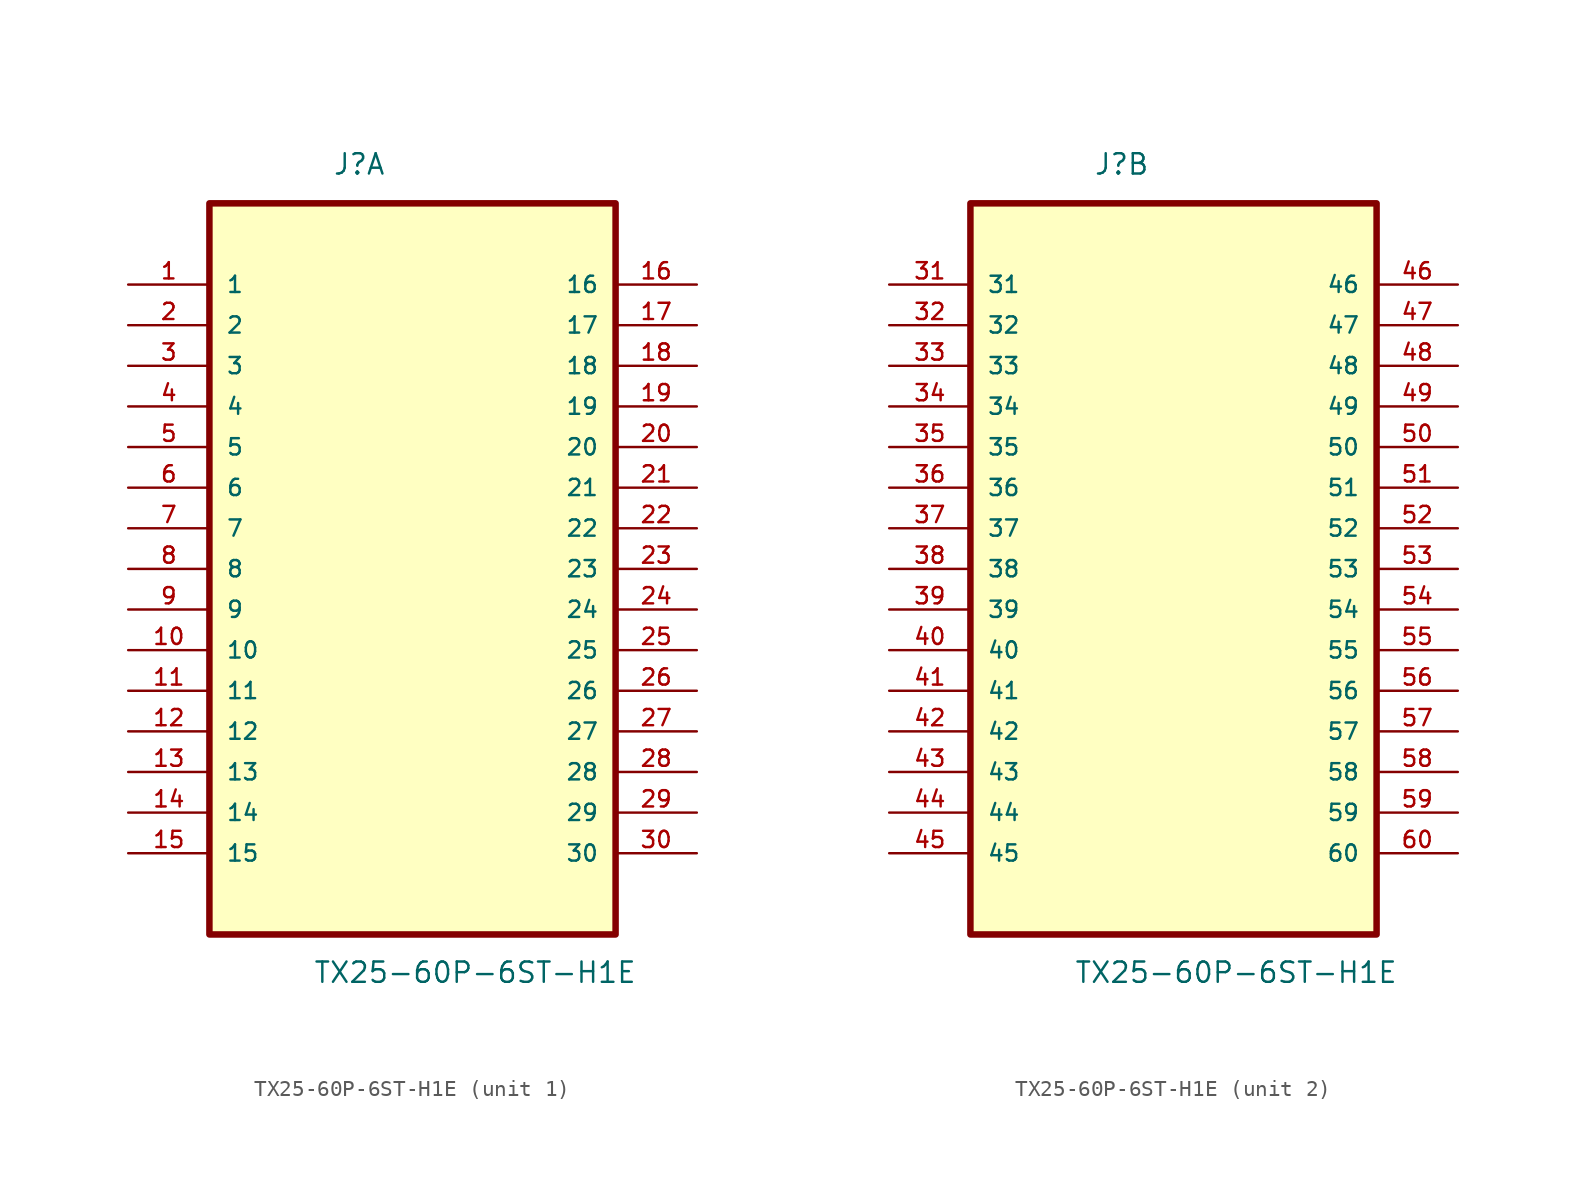
<source format=kicad_sym>
(kicad_symbol_lib
  (version 20231120)
  (generator "kicad_symbol_editor")
  (generator_version "8.0")
  (symbol "TX25-60P-6ST-H1E"
    (pin_names
      (offset 1.016))
    (property "Reference" "J"
      (at -5.004 22.022 0)
      (effects (font (size 1.27 1.27)) (justify left bottom)))
    (property "Value" "TX25-60P-6ST-H1E"
      (at -6.223 -28.524 0)
      (effects (font (size 1.27 1.27)) (justify left bottom)))
    (symbol "TX25-60P-6ST-H1E_1_0"
      (rectangle (start -12.7 -25.4) (end 12.7 20.32) (stroke (width 0.406) (type default)) (fill (type background)))
      (pin passive line (at -17.78 15.24 0) (length 5.08) (name "1" (effects (font (size 1.016 1.016)))) (number "1" (effects (font (size 1.016 1.016)))))
      (pin passive line (at -17.78 -7.62 0) (length 5.08) (name "10" (effects (font (size 1.016 1.016)))) (number "10" (effects (font (size 1.016 1.016)))))
      (pin passive line (at -17.78 -10.16 0) (length 5.08) (name "11" (effects (font (size 1.016 1.016)))) (number "11" (effects (font (size 1.016 1.016)))))
      (pin passive line (at -17.78 -12.7 0) (length 5.08) (name "12" (effects (font (size 1.016 1.016)))) (number "12" (effects (font (size 1.016 1.016)))))
      (pin passive line (at -17.78 -15.24 0) (length 5.08) (name "13" (effects (font (size 1.016 1.016)))) (number "13" (effects (font (size 1.016 1.016)))))
      (pin passive line (at -17.78 -17.78 0) (length 5.08) (name "14" (effects (font (size 1.016 1.016)))) (number "14" (effects (font (size 1.016 1.016)))))
      (pin passive line (at -17.78 -20.32 0) (length 5.08) (name "15" (effects (font (size 1.016 1.016)))) (number "15" (effects (font (size 1.016 1.016)))))
      (pin passive line (at 17.78 15.24 180) (length 5.08) (name "16" (effects (font (size 1.016 1.016)))) (number "16" (effects (font (size 1.016 1.016)))))
      (pin passive line (at 17.78 12.7 180) (length 5.08) (name "17" (effects (font (size 1.016 1.016)))) (number "17" (effects (font (size 1.016 1.016)))))
      (pin passive line (at 17.78 10.16 180) (length 5.08) (name "18" (effects (font (size 1.016 1.016)))) (number "18" (effects (font (size 1.016 1.016)))))
      (pin passive line (at 17.78 7.62 180) (length 5.08) (name "19" (effects (font (size 1.016 1.016)))) (number "19" (effects (font (size 1.016 1.016)))))
      (pin passive line (at -17.78 12.7 0) (length 5.08) (name "2" (effects (font (size 1.016 1.016)))) (number "2" (effects (font (size 1.016 1.016)))))
      (pin passive line (at 17.78 5.08 180) (length 5.08) (name "20" (effects (font (size 1.016 1.016)))) (number "20" (effects (font (size 1.016 1.016)))))
      (pin passive line (at 17.78 2.54 180) (length 5.08) (name "21" (effects (font (size 1.016 1.016)))) (number "21" (effects (font (size 1.016 1.016)))))
      (pin passive line (at 17.78 0 180) (length 5.08) (name "22" (effects (font (size 1.016 1.016)))) (number "22" (effects (font (size 1.016 1.016)))))
      (pin passive line (at 17.78 -2.54 180) (length 5.08) (name "23" (effects (font (size 1.016 1.016)))) (number "23" (effects (font (size 1.016 1.016)))))
      (pin passive line (at 17.78 -5.08 180) (length 5.08) (name "24" (effects (font (size 1.016 1.016)))) (number "24" (effects (font (size 1.016 1.016)))))
      (pin passive line (at 17.78 -7.62 180) (length 5.08) (name "25" (effects (font (size 1.016 1.016)))) (number "25" (effects (font (size 1.016 1.016)))))
      (pin passive line (at 17.78 -10.16 180) (length 5.08) (name "26" (effects (font (size 1.016 1.016)))) (number "26" (effects (font (size 1.016 1.016)))))
      (pin passive line (at 17.78 -12.7 180) (length 5.08) (name "27" (effects (font (size 1.016 1.016)))) (number "27" (effects (font (size 1.016 1.016)))))
      (pin passive line (at 17.78 -15.24 180) (length 5.08) (name "28" (effects (font (size 1.016 1.016)))) (number "28" (effects (font (size 1.016 1.016)))))
      (pin passive line (at 17.78 -17.78 180) (length 5.08) (name "29" (effects (font (size 1.016 1.016)))) (number "29" (effects (font (size 1.016 1.016)))))
      (pin passive line (at -17.78 10.16 0) (length 5.08) (name "3" (effects (font (size 1.016 1.016)))) (number "3" (effects (font (size 1.016 1.016)))))
      (pin passive line (at 17.78 -20.32 180) (length 5.08) (name "30" (effects (font (size 1.016 1.016)))) (number "30" (effects (font (size 1.016 1.016)))))
      (pin passive line (at -17.78 7.62 0) (length 5.08) (name "4" (effects (font (size 1.016 1.016)))) (number "4" (effects (font (size 1.016 1.016)))))
      (pin passive line (at -17.78 5.08 0) (length 5.08) (name "5" (effects (font (size 1.016 1.016)))) (number "5" (effects (font (size 1.016 1.016)))))
      (pin passive line (at -17.78 2.54 0) (length 5.08) (name "6" (effects (font (size 1.016 1.016)))) (number "6" (effects (font (size 1.016 1.016)))))
      (pin passive line (at -17.78 0 0) (length 5.08) (name "7" (effects (font (size 1.016 1.016)))) (number "7" (effects (font (size 1.016 1.016)))))
      (pin passive line (at -17.78 -2.54 0) (length 5.08) (name "8" (effects (font (size 1.016 1.016)))) (number "8" (effects (font (size 1.016 1.016)))))
      (pin passive line (at -17.78 -5.08 0) (length 5.08) (name "9" (effects (font (size 1.016 1.016)))) (number "9" (effects (font (size 1.016 1.016))))))
    (symbol "TX25-60P-6ST-H1E_2_0"
      (rectangle (start -12.7 -25.4) (end 12.7 20.32) (stroke (width 0.406) (type default)) (fill (type background)))
      (pin passive line (at -17.78 15.24 0) (length 5.08) (name "31" (effects (font (size 1.016 1.016)))) (number "31" (effects (font (size 1.016 1.016)))))
      (pin passive line (at -17.78 12.7 0) (length 5.08) (name "32" (effects (font (size 1.016 1.016)))) (number "32" (effects (font (size 1.016 1.016)))))
      (pin passive line (at -17.78 10.16 0) (length 5.08) (name "33" (effects (font (size 1.016 1.016)))) (number "33" (effects (font (size 1.016 1.016)))))
      (pin passive line (at -17.78 7.62 0) (length 5.08) (name "34" (effects (font (size 1.016 1.016)))) (number "34" (effects (font (size 1.016 1.016)))))
      (pin passive line (at -17.78 5.08 0) (length 5.08) (name "35" (effects (font (size 1.016 1.016)))) (number "35" (effects (font (size 1.016 1.016)))))
      (pin passive line (at -17.78 2.54 0) (length 5.08) (name "36" (effects (font (size 1.016 1.016)))) (number "36" (effects (font (size 1.016 1.016)))))
      (pin passive line (at -17.78 0 0) (length 5.08) (name "37" (effects (font (size 1.016 1.016)))) (number "37" (effects (font (size 1.016 1.016)))))
      (pin passive line (at -17.78 -2.54 0) (length 5.08) (name "38" (effects (font (size 1.016 1.016)))) (number "38" (effects (font (size 1.016 1.016)))))
      (pin passive line (at -17.78 -5.08 0) (length 5.08) (name "39" (effects (font (size 1.016 1.016)))) (number "39" (effects (font (size 1.016 1.016)))))
      (pin passive line (at -17.78 -7.62 0) (length 5.08) (name "40" (effects (font (size 1.016 1.016)))) (number "40" (effects (font (size 1.016 1.016)))))
      (pin passive line (at -17.78 -10.16 0) (length 5.08) (name "41" (effects (font (size 1.016 1.016)))) (number "41" (effects (font (size 1.016 1.016)))))
      (pin passive line (at -17.78 -12.7 0) (length 5.08) (name "42" (effects (font (size 1.016 1.016)))) (number "42" (effects (font (size 1.016 1.016)))))
      (pin passive line (at -17.78 -15.24 0) (length 5.08) (name "43" (effects (font (size 1.016 1.016)))) (number "43" (effects (font (size 1.016 1.016)))))
      (pin passive line (at -17.78 -17.78 0) (length 5.08) (name "44" (effects (font (size 1.016 1.016)))) (number "44" (effects (font (size 1.016 1.016)))))
      (pin passive line (at -17.78 -20.32 0) (length 5.08) (name "45" (effects (font (size 1.016 1.016)))) (number "45" (effects (font (size 1.016 1.016)))))
      (pin passive line (at 17.78 15.24 180) (length 5.08) (name "46" (effects (font (size 1.016 1.016)))) (number "46" (effects (font (size 1.016 1.016)))))
      (pin passive line (at 17.78 12.7 180) (length 5.08) (name "47" (effects (font (size 1.016 1.016)))) (number "47" (effects (font (size 1.016 1.016)))))
      (pin passive line (at 17.78 10.16 180) (length 5.08) (name "48" (effects (font (size 1.016 1.016)))) (number "48" (effects (font (size 1.016 1.016)))))
      (pin passive line (at 17.78 7.62 180) (length 5.08) (name "49" (effects (font (size 1.016 1.016)))) (number "49" (effects (font (size 1.016 1.016)))))
      (pin passive line (at 17.78 5.08 180) (length 5.08) (name "50" (effects (font (size 1.016 1.016)))) (number "50" (effects (font (size 1.016 1.016)))))
      (pin passive line (at 17.78 2.54 180) (length 5.08) (name "51" (effects (font (size 1.016 1.016)))) (number "51" (effects (font (size 1.016 1.016)))))
      (pin passive line (at 17.78 0 180) (length 5.08) (name "52" (effects (font (size 1.016 1.016)))) (number "52" (effects (font (size 1.016 1.016)))))
      (pin passive line (at 17.78 -2.54 180) (length 5.08) (name "53" (effects (font (size 1.016 1.016)))) (number "53" (effects (font (size 1.016 1.016)))))
      (pin passive line (at 17.78 -5.08 180) (length 5.08) (name "54" (effects (font (size 1.016 1.016)))) (number "54" (effects (font (size 1.016 1.016)))))
      (pin passive line (at 17.78 -7.62 180) (length 5.08) (name "55" (effects (font (size 1.016 1.016)))) (number "55" (effects (font (size 1.016 1.016)))))
      (pin passive line (at 17.78 -10.16 180) (length 5.08) (name "56" (effects (font (size 1.016 1.016)))) (number "56" (effects (font (size 1.016 1.016)))))
      (pin passive line (at 17.78 -12.7 180) (length 5.08) (name "57" (effects (font (size 1.016 1.016)))) (number "57" (effects (font (size 1.016 1.016)))))
      (pin passive line (at 17.78 -15.24 180) (length 5.08) (name "58" (effects (font (size 1.016 1.016)))) (number "58" (effects (font (size 1.016 1.016)))))
      (pin passive line (at 17.78 -17.78 180) (length 5.08) (name "59" (effects (font (size 1.016 1.016)))) (number "59" (effects (font (size 1.016 1.016)))))
      (pin passive line (at 17.78 -20.32 180) (length 5.08) (name "60" (effects (font (size 1.016 1.016)))) (number "60" (effects (font (size 1.016 1.016))))))))
</source>
